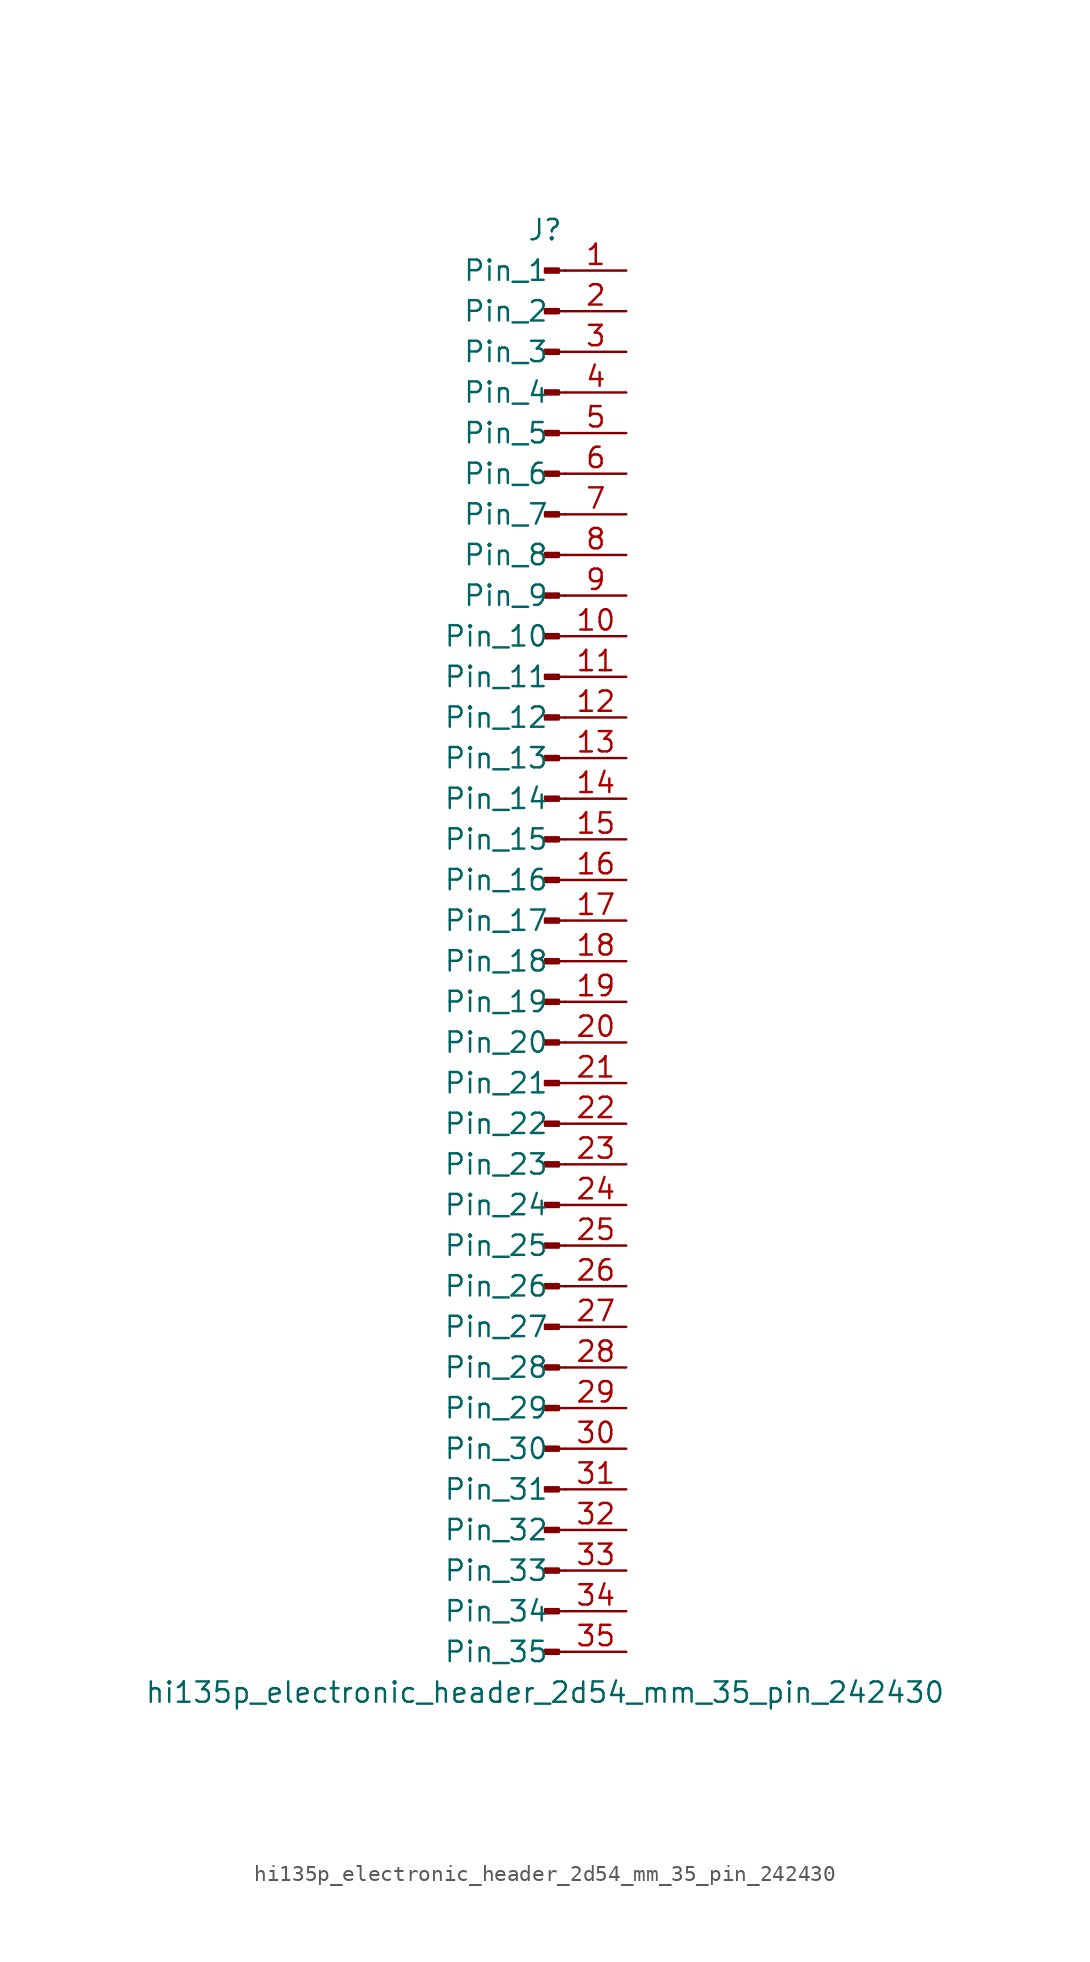
<source format=kicad_sym>
(kicad_symbol_lib
  (version 20220914)
  (generator kicad_symbol_editor)
  (symbol "hi135p_electronic_header_2d54_mm_35_pin_242430"
    (pin_names
      (offset 1.016))
    (property "Reference" "J"
      (at 0 45.72 0)
      (effects (font (size 1.27 1.27))))
    (property "Value" "hi135p_electronic_header_2d54_mm_35_pin_242430"
      (at 0 -45.72 0)
      (effects (font (size 1.27 1.27))))
    (property "ki_locked" ""
      (at 0 0 0)
      (effects (font (size 1.27 1.27))))
    (symbol "hi135p_electronic_header_2d54_mm_35_pin_242430_1_1"
      (polyline (pts (xy 1.27 -43.18) (xy 0.864 -43.18)) (stroke (width 0.152) (type default)) (fill (type none)))
      (polyline (pts (xy 1.27 -40.64) (xy 0.864 -40.64)) (stroke (width 0.152) (type default)) (fill (type none)))
      (polyline (pts (xy 1.27 -38.1) (xy 0.864 -38.1)) (stroke (width 0.152) (type default)) (fill (type none)))
      (polyline (pts (xy 1.27 -35.56) (xy 0.864 -35.56)) (stroke (width 0.152) (type default)) (fill (type none)))
      (polyline (pts (xy 1.27 -33.02) (xy 0.864 -33.02)) (stroke (width 0.152) (type default)) (fill (type none)))
      (polyline (pts (xy 1.27 -30.48) (xy 0.864 -30.48)) (stroke (width 0.152) (type default)) (fill (type none)))
      (polyline (pts (xy 1.27 -27.94) (xy 0.864 -27.94)) (stroke (width 0.152) (type default)) (fill (type none)))
      (polyline (pts (xy 1.27 -25.4) (xy 0.864 -25.4)) (stroke (width 0.152) (type default)) (fill (type none)))
      (polyline (pts (xy 1.27 -22.86) (xy 0.864 -22.86)) (stroke (width 0.152) (type default)) (fill (type none)))
      (polyline (pts (xy 1.27 -20.32) (xy 0.864 -20.32)) (stroke (width 0.152) (type default)) (fill (type none)))
      (polyline (pts (xy 1.27 -17.78) (xy 0.864 -17.78)) (stroke (width 0.152) (type default)) (fill (type none)))
      (polyline (pts (xy 1.27 -15.24) (xy 0.864 -15.24)) (stroke (width 0.152) (type default)) (fill (type none)))
      (polyline (pts (xy 1.27 -12.7) (xy 0.864 -12.7)) (stroke (width 0.152) (type default)) (fill (type none)))
      (polyline (pts (xy 1.27 -10.16) (xy 0.864 -10.16)) (stroke (width 0.152) (type default)) (fill (type none)))
      (polyline (pts (xy 1.27 -7.62) (xy 0.864 -7.62)) (stroke (width 0.152) (type default)) (fill (type none)))
      (polyline (pts (xy 1.27 -5.08) (xy 0.864 -5.08)) (stroke (width 0.152) (type default)) (fill (type none)))
      (polyline (pts (xy 1.27 -2.54) (xy 0.864 -2.54)) (stroke (width 0.152) (type default)) (fill (type none)))
      (polyline (pts (xy 1.27 0) (xy 0.864 0)) (stroke (width 0.152) (type default)) (fill (type none)))
      (polyline (pts (xy 1.27 2.54) (xy 0.864 2.54)) (stroke (width 0.152) (type default)) (fill (type none)))
      (polyline (pts (xy 1.27 5.08) (xy 0.864 5.08)) (stroke (width 0.152) (type default)) (fill (type none)))
      (polyline (pts (xy 1.27 7.62) (xy 0.864 7.62)) (stroke (width 0.152) (type default)) (fill (type none)))
      (polyline (pts (xy 1.27 10.16) (xy 0.864 10.16)) (stroke (width 0.152) (type default)) (fill (type none)))
      (polyline (pts (xy 1.27 12.7) (xy 0.864 12.7)) (stroke (width 0.152) (type default)) (fill (type none)))
      (polyline (pts (xy 1.27 15.24) (xy 0.864 15.24)) (stroke (width 0.152) (type default)) (fill (type none)))
      (polyline (pts (xy 1.27 17.78) (xy 0.864 17.78)) (stroke (width 0.152) (type default)) (fill (type none)))
      (polyline (pts (xy 1.27 20.32) (xy 0.864 20.32)) (stroke (width 0.152) (type default)) (fill (type none)))
      (polyline (pts (xy 1.27 22.86) (xy 0.864 22.86)) (stroke (width 0.152) (type default)) (fill (type none)))
      (polyline (pts (xy 1.27 25.4) (xy 0.864 25.4)) (stroke (width 0.152) (type default)) (fill (type none)))
      (polyline (pts (xy 1.27 27.94) (xy 0.864 27.94)) (stroke (width 0.152) (type default)) (fill (type none)))
      (polyline (pts (xy 1.27 30.48) (xy 0.864 30.48)) (stroke (width 0.152) (type default)) (fill (type none)))
      (polyline (pts (xy 1.27 33.02) (xy 0.864 33.02)) (stroke (width 0.152) (type default)) (fill (type none)))
      (polyline (pts (xy 1.27 35.56) (xy 0.864 35.56)) (stroke (width 0.152) (type default)) (fill (type none)))
      (polyline (pts (xy 1.27 38.1) (xy 0.864 38.1)) (stroke (width 0.152) (type default)) (fill (type none)))
      (polyline (pts (xy 1.27 40.64) (xy 0.864 40.64)) (stroke (width 0.152) (type default)) (fill (type none)))
      (polyline (pts (xy 1.27 43.18) (xy 0.864 43.18)) (stroke (width 0.152) (type default)) (fill (type none)))
      (rectangle (start 0.864 -43.053) (end 0 -43.307) (stroke (width 0.152) (type default)) (fill (type outline)))
      (rectangle (start 0.864 -40.513) (end 0 -40.767) (stroke (width 0.152) (type default)) (fill (type outline)))
      (rectangle (start 0.864 -37.973) (end 0 -38.227) (stroke (width 0.152) (type default)) (fill (type outline)))
      (rectangle (start 0.864 -35.433) (end 0 -35.687) (stroke (width 0.152) (type default)) (fill (type outline)))
      (rectangle (start 0.864 -32.893) (end 0 -33.147) (stroke (width 0.152) (type default)) (fill (type outline)))
      (rectangle (start 0.864 -30.353) (end 0 -30.607) (stroke (width 0.152) (type default)) (fill (type outline)))
      (rectangle (start 0.864 -27.813) (end 0 -28.067) (stroke (width 0.152) (type default)) (fill (type outline)))
      (rectangle (start 0.864 -25.273) (end 0 -25.527) (stroke (width 0.152) (type default)) (fill (type outline)))
      (rectangle (start 0.864 -22.733) (end 0 -22.987) (stroke (width 0.152) (type default)) (fill (type outline)))
      (rectangle (start 0.864 -20.193) (end 0 -20.447) (stroke (width 0.152) (type default)) (fill (type outline)))
      (rectangle (start 0.864 -17.653) (end 0 -17.907) (stroke (width 0.152) (type default)) (fill (type outline)))
      (rectangle (start 0.864 -15.113) (end 0 -15.367) (stroke (width 0.152) (type default)) (fill (type outline)))
      (rectangle (start 0.864 -12.573) (end 0 -12.827) (stroke (width 0.152) (type default)) (fill (type outline)))
      (rectangle (start 0.864 -10.033) (end 0 -10.287) (stroke (width 0.152) (type default)) (fill (type outline)))
      (rectangle (start 0.864 -7.493) (end 0 -7.747) (stroke (width 0.152) (type default)) (fill (type outline)))
      (rectangle (start 0.864 -4.953) (end 0 -5.207) (stroke (width 0.152) (type default)) (fill (type outline)))
      (rectangle (start 0.864 -2.413) (end 0 -2.667) (stroke (width 0.152) (type default)) (fill (type outline)))
      (rectangle (start 0.864 0.127) (end 0 -0.127) (stroke (width 0.152) (type default)) (fill (type outline)))
      (rectangle (start 0.864 2.667) (end 0 2.413) (stroke (width 0.152) (type default)) (fill (type outline)))
      (rectangle (start 0.864 5.207) (end 0 4.953) (stroke (width 0.152) (type default)) (fill (type outline)))
      (rectangle (start 0.864 7.747) (end 0 7.493) (stroke (width 0.152) (type default)) (fill (type outline)))
      (rectangle (start 0.864 10.287) (end 0 10.033) (stroke (width 0.152) (type default)) (fill (type outline)))
      (rectangle (start 0.864 12.827) (end 0 12.573) (stroke (width 0.152) (type default)) (fill (type outline)))
      (rectangle (start 0.864 15.367) (end 0 15.113) (stroke (width 0.152) (type default)) (fill (type outline)))
      (rectangle (start 0.864 17.907) (end 0 17.653) (stroke (width 0.152) (type default)) (fill (type outline)))
      (rectangle (start 0.864 20.447) (end 0 20.193) (stroke (width 0.152) (type default)) (fill (type outline)))
      (rectangle (start 0.864 22.987) (end 0 22.733) (stroke (width 0.152) (type default)) (fill (type outline)))
      (rectangle (start 0.864 25.527) (end 0 25.273) (stroke (width 0.152) (type default)) (fill (type outline)))
      (rectangle (start 0.864 28.067) (end 0 27.813) (stroke (width 0.152) (type default)) (fill (type outline)))
      (rectangle (start 0.864 30.607) (end 0 30.353) (stroke (width 0.152) (type default)) (fill (type outline)))
      (rectangle (start 0.864 33.147) (end 0 32.893) (stroke (width 0.152) (type default)) (fill (type outline)))
      (rectangle (start 0.864 35.687) (end 0 35.433) (stroke (width 0.152) (type default)) (fill (type outline)))
      (rectangle (start 0.864 38.227) (end 0 37.973) (stroke (width 0.152) (type default)) (fill (type outline)))
      (rectangle (start 0.864 40.767) (end 0 40.513) (stroke (width 0.152) (type default)) (fill (type outline)))
      (rectangle (start 0.864 43.307) (end 0 43.053) (stroke (width 0.152) (type default)) (fill (type outline)))
      (pin passive line (at 5.08 43.18 180) (length 3.81) (name "Pin_1" (effects (font (size 1.27 1.27)))) (number "1" (effects (font (size 1.27 1.27)))))
      (pin passive line (at 5.08 20.32 180) (length 3.81) (name "Pin_10" (effects (font (size 1.27 1.27)))) (number "10" (effects (font (size 1.27 1.27)))))
      (pin passive line (at 5.08 17.78 180) (length 3.81) (name "Pin_11" (effects (font (size 1.27 1.27)))) (number "11" (effects (font (size 1.27 1.27)))))
      (pin passive line (at 5.08 15.24 180) (length 3.81) (name "Pin_12" (effects (font (size 1.27 1.27)))) (number "12" (effects (font (size 1.27 1.27)))))
      (pin passive line (at 5.08 12.7 180) (length 3.81) (name "Pin_13" (effects (font (size 1.27 1.27)))) (number "13" (effects (font (size 1.27 1.27)))))
      (pin passive line (at 5.08 10.16 180) (length 3.81) (name "Pin_14" (effects (font (size 1.27 1.27)))) (number "14" (effects (font (size 1.27 1.27)))))
      (pin passive line (at 5.08 7.62 180) (length 3.81) (name "Pin_15" (effects (font (size 1.27 1.27)))) (number "15" (effects (font (size 1.27 1.27)))))
      (pin passive line (at 5.08 5.08 180) (length 3.81) (name "Pin_16" (effects (font (size 1.27 1.27)))) (number "16" (effects (font (size 1.27 1.27)))))
      (pin passive line (at 5.08 2.54 180) (length 3.81) (name "Pin_17" (effects (font (size 1.27 1.27)))) (number "17" (effects (font (size 1.27 1.27)))))
      (pin passive line (at 5.08 0 180) (length 3.81) (name "Pin_18" (effects (font (size 1.27 1.27)))) (number "18" (effects (font (size 1.27 1.27)))))
      (pin passive line (at 5.08 -2.54 180) (length 3.81) (name "Pin_19" (effects (font (size 1.27 1.27)))) (number "19" (effects (font (size 1.27 1.27)))))
      (pin passive line (at 5.08 40.64 180) (length 3.81) (name "Pin_2" (effects (font (size 1.27 1.27)))) (number "2" (effects (font (size 1.27 1.27)))))
      (pin passive line (at 5.08 -5.08 180) (length 3.81) (name "Pin_20" (effects (font (size 1.27 1.27)))) (number "20" (effects (font (size 1.27 1.27)))))
      (pin passive line (at 5.08 -7.62 180) (length 3.81) (name "Pin_21" (effects (font (size 1.27 1.27)))) (number "21" (effects (font (size 1.27 1.27)))))
      (pin passive line (at 5.08 -10.16 180) (length 3.81) (name "Pin_22" (effects (font (size 1.27 1.27)))) (number "22" (effects (font (size 1.27 1.27)))))
      (pin passive line (at 5.08 -12.7 180) (length 3.81) (name "Pin_23" (effects (font (size 1.27 1.27)))) (number "23" (effects (font (size 1.27 1.27)))))
      (pin passive line (at 5.08 -15.24 180) (length 3.81) (name "Pin_24" (effects (font (size 1.27 1.27)))) (number "24" (effects (font (size 1.27 1.27)))))
      (pin passive line (at 5.08 -17.78 180) (length 3.81) (name "Pin_25" (effects (font (size 1.27 1.27)))) (number "25" (effects (font (size 1.27 1.27)))))
      (pin passive line (at 5.08 -20.32 180) (length 3.81) (name "Pin_26" (effects (font (size 1.27 1.27)))) (number "26" (effects (font (size 1.27 1.27)))))
      (pin passive line (at 5.08 -22.86 180) (length 3.81) (name "Pin_27" (effects (font (size 1.27 1.27)))) (number "27" (effects (font (size 1.27 1.27)))))
      (pin passive line (at 5.08 -25.4 180) (length 3.81) (name "Pin_28" (effects (font (size 1.27 1.27)))) (number "28" (effects (font (size 1.27 1.27)))))
      (pin passive line (at 5.08 -27.94 180) (length 3.81) (name "Pin_29" (effects (font (size 1.27 1.27)))) (number "29" (effects (font (size 1.27 1.27)))))
      (pin passive line (at 5.08 38.1 180) (length 3.81) (name "Pin_3" (effects (font (size 1.27 1.27)))) (number "3" (effects (font (size 1.27 1.27)))))
      (pin passive line (at 5.08 -30.48 180) (length 3.81) (name "Pin_30" (effects (font (size 1.27 1.27)))) (number "30" (effects (font (size 1.27 1.27)))))
      (pin passive line (at 5.08 -33.02 180) (length 3.81) (name "Pin_31" (effects (font (size 1.27 1.27)))) (number "31" (effects (font (size 1.27 1.27)))))
      (pin passive line (at 5.08 -35.56 180) (length 3.81) (name "Pin_32" (effects (font (size 1.27 1.27)))) (number "32" (effects (font (size 1.27 1.27)))))
      (pin passive line (at 5.08 -38.1 180) (length 3.81) (name "Pin_33" (effects (font (size 1.27 1.27)))) (number "33" (effects (font (size 1.27 1.27)))))
      (pin passive line (at 5.08 -40.64 180) (length 3.81) (name "Pin_34" (effects (font (size 1.27 1.27)))) (number "34" (effects (font (size 1.27 1.27)))))
      (pin passive line (at 5.08 -43.18 180) (length 3.81) (name "Pin_35" (effects (font (size 1.27 1.27)))) (number "35" (effects (font (size 1.27 1.27)))))
      (pin passive line (at 5.08 35.56 180) (length 3.81) (name "Pin_4" (effects (font (size 1.27 1.27)))) (number "4" (effects (font (size 1.27 1.27)))))
      (pin passive line (at 5.08 33.02 180) (length 3.81) (name "Pin_5" (effects (font (size 1.27 1.27)))) (number "5" (effects (font (size 1.27 1.27)))))
      (pin passive line (at 5.08 30.48 180) (length 3.81) (name "Pin_6" (effects (font (size 1.27 1.27)))) (number "6" (effects (font (size 1.27 1.27)))))
      (pin passive line (at 5.08 27.94 180) (length 3.81) (name "Pin_7" (effects (font (size 1.27 1.27)))) (number "7" (effects (font (size 1.27 1.27)))))
      (pin passive line (at 5.08 25.4 180) (length 3.81) (name "Pin_8" (effects (font (size 1.27 1.27)))) (number "8" (effects (font (size 1.27 1.27)))))
      (pin passive line (at 5.08 22.86 180) (length 3.81) (name "Pin_9" (effects (font (size 1.27 1.27)))) (number "9" (effects (font (size 1.27 1.27))))))))
</source>
